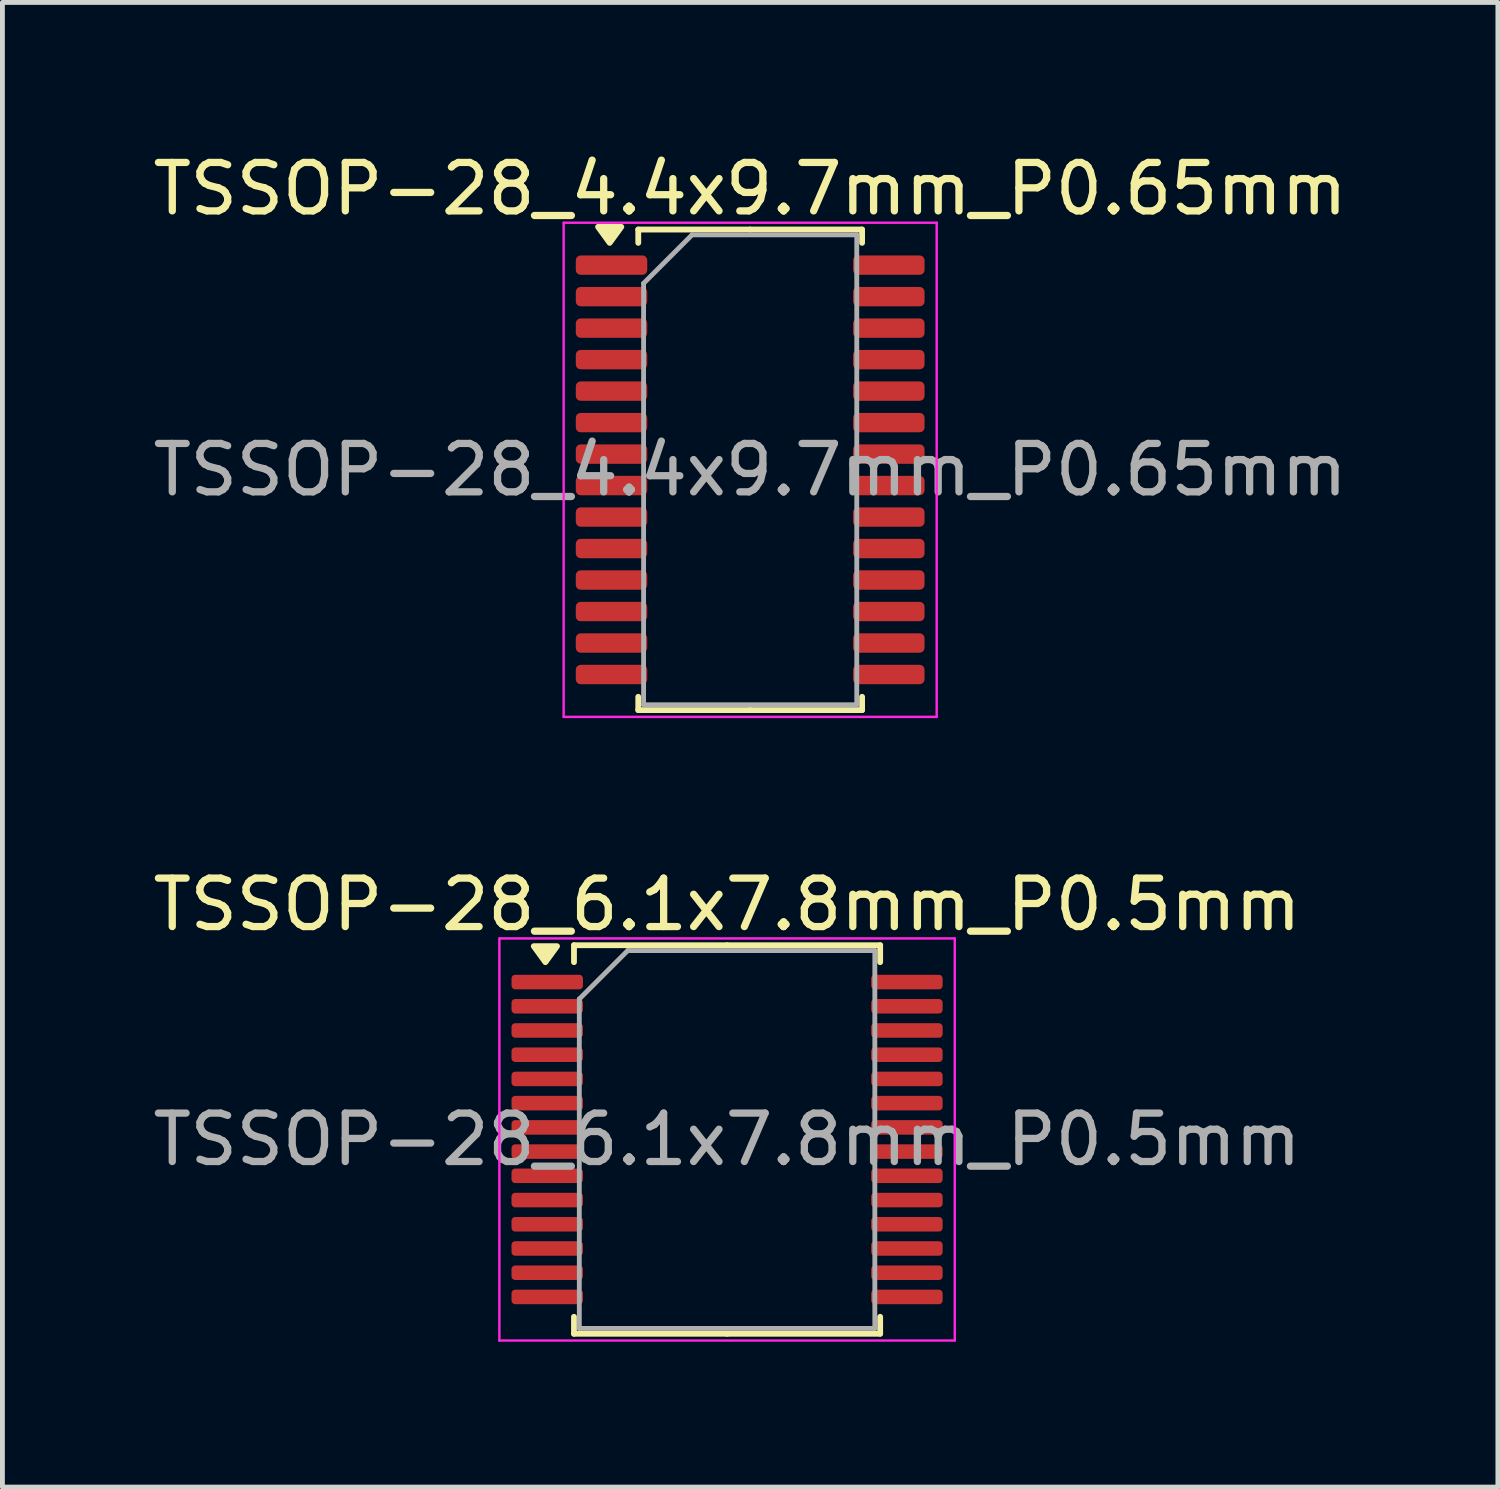
<source format=kicad_pcb>
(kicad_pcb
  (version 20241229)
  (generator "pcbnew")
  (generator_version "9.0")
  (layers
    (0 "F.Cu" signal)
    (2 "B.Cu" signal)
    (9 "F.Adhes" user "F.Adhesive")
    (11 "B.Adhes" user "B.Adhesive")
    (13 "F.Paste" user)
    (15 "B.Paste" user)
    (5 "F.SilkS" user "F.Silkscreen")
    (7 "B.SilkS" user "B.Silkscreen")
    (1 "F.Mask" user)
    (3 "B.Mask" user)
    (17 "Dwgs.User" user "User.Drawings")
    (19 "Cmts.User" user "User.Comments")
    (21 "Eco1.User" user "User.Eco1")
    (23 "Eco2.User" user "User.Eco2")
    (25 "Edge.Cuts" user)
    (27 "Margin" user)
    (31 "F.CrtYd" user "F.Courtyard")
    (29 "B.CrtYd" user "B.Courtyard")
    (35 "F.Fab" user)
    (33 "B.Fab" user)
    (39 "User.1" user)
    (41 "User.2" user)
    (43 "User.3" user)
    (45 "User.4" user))
  (footprint "TSSOP-28_4.4x9.7mm_P0.65mm"
    (layer "F.Cu")
    (at 12.435 6.648)
    (property "Reference" "TSSOP-28_4.4x9.7mm_P0.65mm" (at 0 -5.8 0) (layer "F.SilkS") (effects (font (size 1 1) (thickness 0.15))))
    (attr smd)
    (fp_line (start -2.31 -4.96) (end -2.31 -4.685) (stroke (width 0.12) (type solid)) (layer "F.SilkS"))
    (fp_line (start -2.31 4.96) (end -2.31 4.685) (stroke (width 0.12) (type solid)) (layer "F.SilkS"))
    (fp_line (start 0 -4.96) (end -2.31 -4.96) (stroke (width 0.12) (type solid)) (layer "F.SilkS"))
    (fp_line (start 0 -4.96) (end 2.31 -4.96) (stroke (width 0.12) (type solid)) (layer "F.SilkS"))
    (fp_line (start 0 4.96) (end -2.31 4.96) (stroke (width 0.12) (type solid)) (layer "F.SilkS"))
    (fp_line (start 0 4.96) (end 2.31 4.96) (stroke (width 0.12) (type solid)) (layer "F.SilkS"))
    (fp_line (start 2.31 -4.96) (end 2.31 -4.685) (stroke (width 0.12) (type solid)) (layer "F.SilkS"))
    (fp_line (start 2.31 4.96) (end 2.31 4.685) (stroke (width 0.12) (type solid)) (layer "F.SilkS"))
    (fp_poly (pts (xy -2.9 -4.685) (xy -3.14 -5.015) (xy -2.66 -5.015) (xy -2.9 -4.685)) (stroke (width 0.12) (type solid)) (fill yes) (layer "F.SilkS"))
    (fp_line (start -3.85 -5.1) (end -3.85 5.1) (stroke (width 0.05) (type solid)) (layer "F.CrtYd"))
    (fp_line (start -3.85 5.1) (end 3.85 5.1) (stroke (width 0.05) (type solid)) (layer "F.CrtYd"))
    (fp_line (start 3.85 -5.1) (end -3.85 -5.1) (stroke (width 0.05) (type solid)) (layer "F.CrtYd"))
    (fp_line (start 3.85 5.1) (end 3.85 -5.1) (stroke (width 0.05) (type solid)) (layer "F.CrtYd"))
    (fp_line (start -2.2 -3.85) (end -1.2 -4.85) (stroke (width 0.1) (type solid)) (layer "F.Fab"))
    (fp_line (start -2.2 4.85) (end -2.2 -3.85) (stroke (width 0.1) (type solid)) (layer "F.Fab"))
    (fp_line (start -1.2 -4.85) (end 2.2 -4.85) (stroke (width 0.1) (type solid)) (layer "F.Fab"))
    (fp_line (start 2.2 -4.85) (end 2.2 4.85) (stroke (width 0.1) (type solid)) (layer "F.Fab"))
    (fp_line (start 2.2 4.85) (end -2.2 4.85) (stroke (width 0.1) (type solid)) (layer "F.Fab"))
    (fp_text user "${REFERENCE}" (at 0 0 0) (layer "F.Fab") (effects (font (size 1 1) (thickness 0.15))))
    (pad "1" smd roundrect (at -2.862 -4.225) (size 1.475 0.4) (layers "F.Cu" "F.Mask" "F.Paste") (roundrect_rratio 0.25))
    (pad "2" smd roundrect (at -2.862 -3.575) (size 1.475 0.4) (layers "F.Cu" "F.Mask" "F.Paste") (roundrect_rratio 0.25))
    (pad "3" smd roundrect (at -2.862 -2.925) (size 1.475 0.4) (layers "F.Cu" "F.Mask" "F.Paste") (roundrect_rratio 0.25))
    (pad "4" smd roundrect (at -2.862 -2.275) (size 1.475 0.4) (layers "F.Cu" "F.Mask" "F.Paste") (roundrect_rratio 0.25))
    (pad "5" smd roundrect (at -2.862 -1.625) (size 1.475 0.4) (layers "F.Cu" "F.Mask" "F.Paste") (roundrect_rratio 0.25))
    (pad "6" smd roundrect (at -2.862 -0.975) (size 1.475 0.4) (layers "F.Cu" "F.Mask" "F.Paste") (roundrect_rratio 0.25))
    (pad "7" smd roundrect (at -2.862 -0.325) (size 1.475 0.4) (layers "F.Cu" "F.Mask" "F.Paste") (roundrect_rratio 0.25))
    (pad "8" smd roundrect (at -2.862 0.325) (size 1.475 0.4) (layers "F.Cu" "F.Mask" "F.Paste") (roundrect_rratio 0.25))
    (pad "9" smd roundrect (at -2.862 0.975) (size 1.475 0.4) (layers "F.Cu" "F.Mask" "F.Paste") (roundrect_rratio 0.25))
    (pad "10" smd roundrect (at -2.862 1.625) (size 1.475 0.4) (layers "F.Cu" "F.Mask" "F.Paste") (roundrect_rratio 0.25))
    (pad "11" smd roundrect (at -2.862 2.275) (size 1.475 0.4) (layers "F.Cu" "F.Mask" "F.Paste") (roundrect_rratio 0.25))
    (pad "12" smd roundrect (at -2.862 2.925) (size 1.475 0.4) (layers "F.Cu" "F.Mask" "F.Paste") (roundrect_rratio 0.25))
    (pad "13" smd roundrect (at -2.862 3.575) (size 1.475 0.4) (layers "F.Cu" "F.Mask" "F.Paste") (roundrect_rratio 0.25))
    (pad "14" smd roundrect (at -2.862 4.225) (size 1.475 0.4) (layers "F.Cu" "F.Mask" "F.Paste") (roundrect_rratio 0.25))
    (pad "15" smd roundrect (at 2.862 4.225) (size 1.475 0.4) (layers "F.Cu" "F.Mask" "F.Paste") (roundrect_rratio 0.25))
    (pad "16" smd roundrect (at 2.862 3.575) (size 1.475 0.4) (layers "F.Cu" "F.Mask" "F.Paste") (roundrect_rratio 0.25))
    (pad "17" smd roundrect (at 2.862 2.925) (size 1.475 0.4) (layers "F.Cu" "F.Mask" "F.Paste") (roundrect_rratio 0.25))
    (pad "18" smd roundrect (at 2.862 2.275) (size 1.475 0.4) (layers "F.Cu" "F.Mask" "F.Paste") (roundrect_rratio 0.25))
    (pad "19" smd roundrect (at 2.862 1.625) (size 1.475 0.4) (layers "F.Cu" "F.Mask" "F.Paste") (roundrect_rratio 0.25))
    (pad "20" smd roundrect (at 2.862 0.975) (size 1.475 0.4) (layers "F.Cu" "F.Mask" "F.Paste") (roundrect_rratio 0.25))
    (pad "21" smd roundrect (at 2.862 0.325) (size 1.475 0.4) (layers "F.Cu" "F.Mask" "F.Paste") (roundrect_rratio 0.25))
    (pad "22" smd roundrect (at 2.862 -0.325) (size 1.475 0.4) (layers "F.Cu" "F.Mask" "F.Paste") (roundrect_rratio 0.25))
    (pad "23" smd roundrect (at 2.862 -0.975) (size 1.475 0.4) (layers "F.Cu" "F.Mask" "F.Paste") (roundrect_rratio 0.25))
    (pad "24" smd roundrect (at 2.862 -1.625) (size 1.475 0.4) (layers "F.Cu" "F.Mask" "F.Paste") (roundrect_rratio 0.25))
    (pad "25" smd roundrect (at 2.862 -2.275) (size 1.475 0.4) (layers "F.Cu" "F.Mask" "F.Paste") (roundrect_rratio 0.25))
    (pad "26" smd roundrect (at 2.862 -2.925) (size 1.475 0.4) (layers "F.Cu" "F.Mask" "F.Paste") (roundrect_rratio 0.25))
    (pad "27" smd roundrect (at 2.862 -3.575) (size 1.475 0.4) (layers "F.Cu" "F.Mask" "F.Paste") (roundrect_rratio 0.25))
    (pad "28" smd roundrect (at 2.862 -4.225) (size 1.475 0.4) (layers "F.Cu" "F.Mask" "F.Paste") (roundrect_rratio 0.25)))
  (footprint "TSSOP-28_6.1x7.8mm_P0.5mm"
    (layer "F.Cu")
    (at 11.958 20.471)
    (property "Reference" "TSSOP-28_6.1x7.8mm_P0.5mm" (at 0 -4.85 0) (layer "F.SilkS") (effects (font (size 1 1) (thickness 0.15))))
    (attr smd)
    (fp_line (start -3.16 -4.01) (end -3.16 -3.66) (stroke (width 0.12) (type solid)) (layer "F.SilkS"))
    (fp_line (start -3.16 4.01) (end -3.16 3.66) (stroke (width 0.12) (type solid)) (layer "F.SilkS"))
    (fp_line (start 0 -4.01) (end -3.16 -4.01) (stroke (width 0.12) (type solid)) (layer "F.SilkS"))
    (fp_line (start 0 -4.01) (end 3.16 -4.01) (stroke (width 0.12) (type solid)) (layer "F.SilkS"))
    (fp_line (start 0 4.01) (end -3.16 4.01) (stroke (width 0.12) (type solid)) (layer "F.SilkS"))
    (fp_line (start 0 4.01) (end 3.16 4.01) (stroke (width 0.12) (type solid)) (layer "F.SilkS"))
    (fp_line (start 3.16 -4.01) (end 3.16 -3.66) (stroke (width 0.12) (type solid)) (layer "F.SilkS"))
    (fp_line (start 3.16 4.01) (end 3.16 3.66) (stroke (width 0.12) (type solid)) (layer "F.SilkS"))
    (fp_poly (pts (xy -3.75 -3.66) (xy -3.99 -3.99) (xy -3.51 -3.99) (xy -3.75 -3.66)) (stroke (width 0.12) (type solid)) (fill yes) (layer "F.SilkS"))
    (fp_line (start -4.7 -4.15) (end -4.7 4.15) (stroke (width 0.05) (type solid)) (layer "F.CrtYd"))
    (fp_line (start -4.7 4.15) (end 4.7 4.15) (stroke (width 0.05) (type solid)) (layer "F.CrtYd"))
    (fp_line (start 4.7 -4.15) (end -4.7 -4.15) (stroke (width 0.05) (type solid)) (layer "F.CrtYd"))
    (fp_line (start 4.7 4.15) (end 4.7 -4.15) (stroke (width 0.05) (type solid)) (layer "F.CrtYd"))
    (fp_line (start -3.05 -2.9) (end -2.05 -3.9) (stroke (width 0.1) (type solid)) (layer "F.Fab"))
    (fp_line (start -3.05 3.9) (end -3.05 -2.9) (stroke (width 0.1) (type solid)) (layer "F.Fab"))
    (fp_line (start -2.05 -3.9) (end 3.05 -3.9) (stroke (width 0.1) (type solid)) (layer "F.Fab"))
    (fp_line (start 3.05 -3.9) (end 3.05 3.9) (stroke (width 0.1) (type solid)) (layer "F.Fab"))
    (fp_line (start 3.05 3.9) (end -3.05 3.9) (stroke (width 0.1) (type solid)) (layer "F.Fab"))
    (fp_text user "${REFERENCE}" (at 0 0 0) (layer "F.Fab") (effects (font (size 1 1) (thickness 0.15))))
    (pad "1" smd roundrect (at -3.712 -3.25) (size 1.475 0.3) (layers "F.Cu" "F.Mask" "F.Paste") (roundrect_rratio 0.25))
    (pad "2" smd roundrect (at -3.712 -2.75) (size 1.475 0.3) (layers "F.Cu" "F.Mask" "F.Paste") (roundrect_rratio 0.25))
    (pad "3" smd roundrect (at -3.712 -2.25) (size 1.475 0.3) (layers "F.Cu" "F.Mask" "F.Paste") (roundrect_rratio 0.25))
    (pad "4" smd roundrect (at -3.712 -1.75) (size 1.475 0.3) (layers "F.Cu" "F.Mask" "F.Paste") (roundrect_rratio 0.25))
    (pad "5" smd roundrect (at -3.712 -1.25) (size 1.475 0.3) (layers "F.Cu" "F.Mask" "F.Paste") (roundrect_rratio 0.25))
    (pad "6" smd roundrect (at -3.712 -0.75) (size 1.475 0.3) (layers "F.Cu" "F.Mask" "F.Paste") (roundrect_rratio 0.25))
    (pad "7" smd roundrect (at -3.712 -0.25) (size 1.475 0.3) (layers "F.Cu" "F.Mask" "F.Paste") (roundrect_rratio 0.25))
    (pad "8" smd roundrect (at -3.712 0.25) (size 1.475 0.3) (layers "F.Cu" "F.Mask" "F.Paste") (roundrect_rratio 0.25))
    (pad "9" smd roundrect (at -3.712 0.75) (size 1.475 0.3) (layers "F.Cu" "F.Mask" "F.Paste") (roundrect_rratio 0.25))
    (pad "10" smd roundrect (at -3.712 1.25) (size 1.475 0.3) (layers "F.Cu" "F.Mask" "F.Paste") (roundrect_rratio 0.25))
    (pad "11" smd roundrect (at -3.712 1.75) (size 1.475 0.3) (layers "F.Cu" "F.Mask" "F.Paste") (roundrect_rratio 0.25))
    (pad "12" smd roundrect (at -3.712 2.25) (size 1.475 0.3) (layers "F.Cu" "F.Mask" "F.Paste") (roundrect_rratio 0.25))
    (pad "13" smd roundrect (at -3.712 2.75) (size 1.475 0.3) (layers "F.Cu" "F.Mask" "F.Paste") (roundrect_rratio 0.25))
    (pad "14" smd roundrect (at -3.712 3.25) (size 1.475 0.3) (layers "F.Cu" "F.Mask" "F.Paste") (roundrect_rratio 0.25))
    (pad "15" smd roundrect (at 3.712 3.25) (size 1.475 0.3) (layers "F.Cu" "F.Mask" "F.Paste") (roundrect_rratio 0.25))
    (pad "16" smd roundrect (at 3.712 2.75) (size 1.475 0.3) (layers "F.Cu" "F.Mask" "F.Paste") (roundrect_rratio 0.25))
    (pad "17" smd roundrect (at 3.712 2.25) (size 1.475 0.3) (layers "F.Cu" "F.Mask" "F.Paste") (roundrect_rratio 0.25))
    (pad "18" smd roundrect (at 3.712 1.75) (size 1.475 0.3) (layers "F.Cu" "F.Mask" "F.Paste") (roundrect_rratio 0.25))
    (pad "19" smd roundrect (at 3.712 1.25) (size 1.475 0.3) (layers "F.Cu" "F.Mask" "F.Paste") (roundrect_rratio 0.25))
    (pad "20" smd roundrect (at 3.712 0.75) (size 1.475 0.3) (layers "F.Cu" "F.Mask" "F.Paste") (roundrect_rratio 0.25))
    (pad "21" smd roundrect (at 3.712 0.25) (size 1.475 0.3) (layers "F.Cu" "F.Mask" "F.Paste") (roundrect_rratio 0.25))
    (pad "22" smd roundrect (at 3.712 -0.25) (size 1.475 0.3) (layers "F.Cu" "F.Mask" "F.Paste") (roundrect_rratio 0.25))
    (pad "23" smd roundrect (at 3.712 -0.75) (size 1.475 0.3) (layers "F.Cu" "F.Mask" "F.Paste") (roundrect_rratio 0.25))
    (pad "24" smd roundrect (at 3.712 -1.25) (size 1.475 0.3) (layers "F.Cu" "F.Mask" "F.Paste") (roundrect_rratio 0.25))
    (pad "25" smd roundrect (at 3.712 -1.75) (size 1.475 0.3) (layers "F.Cu" "F.Mask" "F.Paste") (roundrect_rratio 0.25))
    (pad "26" smd roundrect (at 3.712 -2.25) (size 1.475 0.3) (layers "F.Cu" "F.Mask" "F.Paste") (roundrect_rratio 0.25))
    (pad "27" smd roundrect (at 3.712 -2.75) (size 1.475 0.3) (layers "F.Cu" "F.Mask" "F.Paste") (roundrect_rratio 0.25))
    (pad "28" smd roundrect (at 3.712 -3.25) (size 1.475 0.3) (layers "F.Cu" "F.Mask" "F.Paste") (roundrect_rratio 0.25)))
  (gr_rect
    (start -3 -3)
    (end 27.869 27.646)
    (stroke (width 0.1) (type default))
    (fill no)
    (layer "Edge.Cuts")))
</source>
